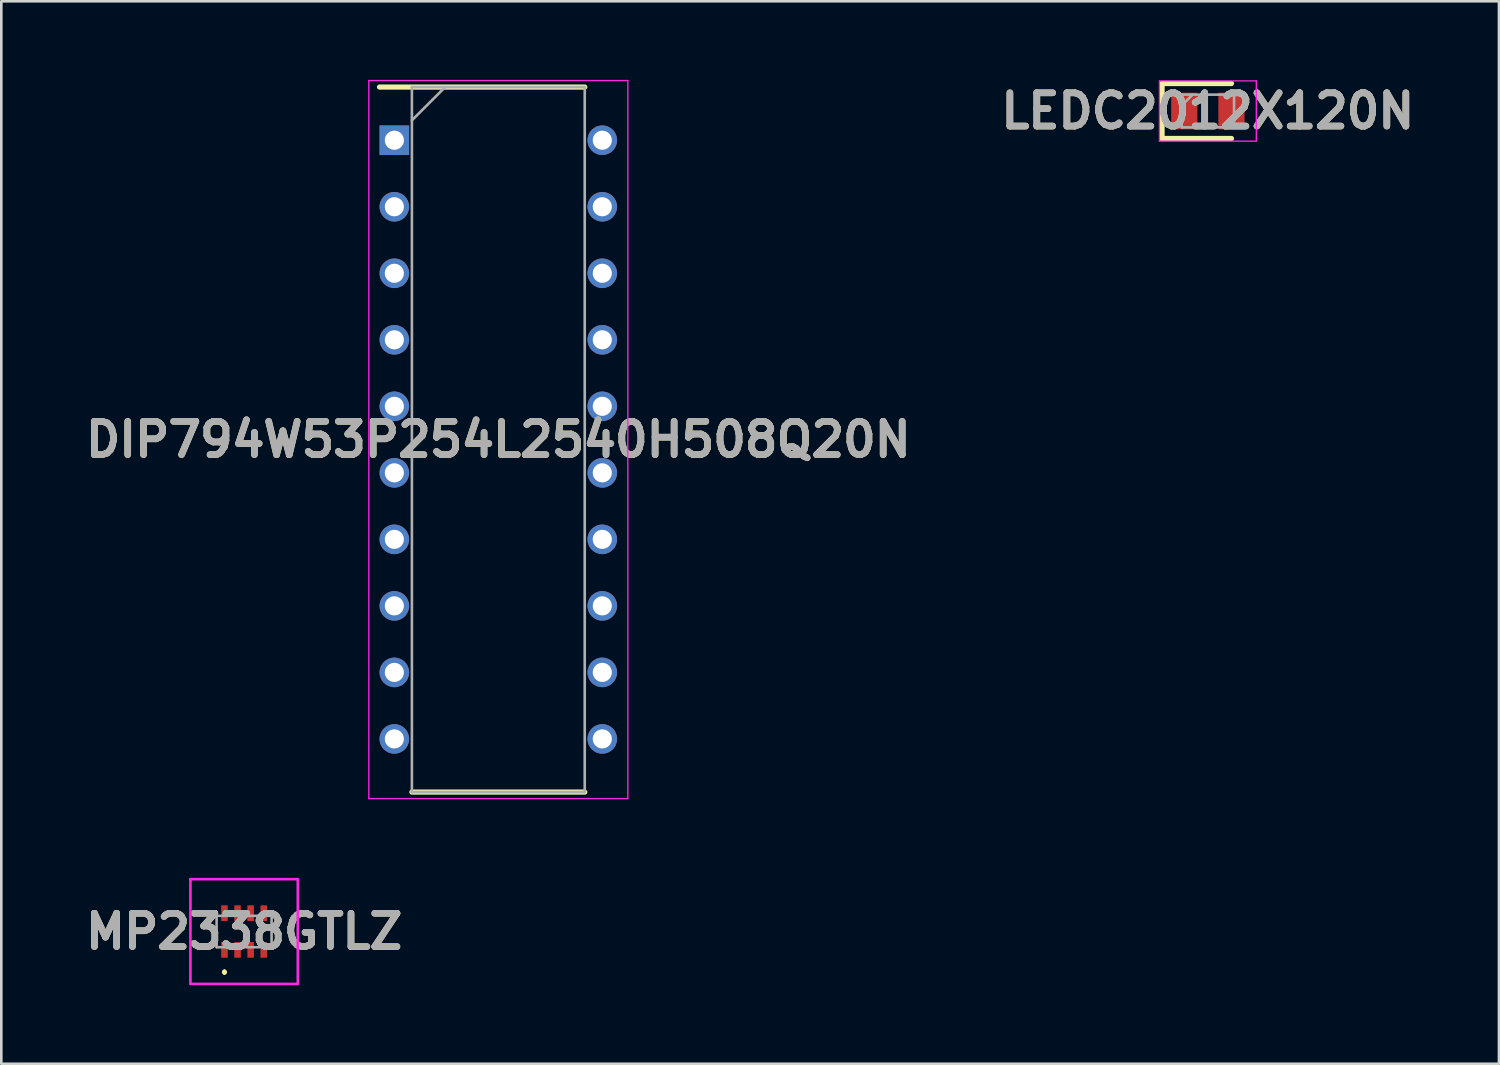
<source format=kicad_pcb>
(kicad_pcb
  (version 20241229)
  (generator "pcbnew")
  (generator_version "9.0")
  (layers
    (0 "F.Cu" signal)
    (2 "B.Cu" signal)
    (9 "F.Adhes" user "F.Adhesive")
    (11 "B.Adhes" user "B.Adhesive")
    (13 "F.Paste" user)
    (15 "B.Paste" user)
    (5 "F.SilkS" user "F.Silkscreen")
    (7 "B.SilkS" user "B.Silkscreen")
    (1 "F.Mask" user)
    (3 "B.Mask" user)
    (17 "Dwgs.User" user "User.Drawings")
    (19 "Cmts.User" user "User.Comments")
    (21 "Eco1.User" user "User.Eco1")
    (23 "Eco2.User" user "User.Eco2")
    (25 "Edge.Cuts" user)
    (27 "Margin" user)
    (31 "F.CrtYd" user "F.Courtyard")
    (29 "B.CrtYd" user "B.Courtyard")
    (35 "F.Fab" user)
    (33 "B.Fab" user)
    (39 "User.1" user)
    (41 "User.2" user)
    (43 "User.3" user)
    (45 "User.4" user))
  (footprint "LEDC2012X120N"
    (layer "F.Cu")
    (at 43.072 1.189)
    (property "Reference" "LEDC2012X120N" (at 0 0 0) (layer "F.SilkS") (effects (font (size 1.27 1.27) (thickness 0.254))))
    (attr smd)
    (fp_line (start -1.75 -1.05) (end -1.75 1.05) (stroke (width 0.2) (type solid)) (layer "F.SilkS"))
    (fp_line (start -1.75 1.05) (end 0.9 1.05) (stroke (width 0.2) (type solid)) (layer "F.SilkS"))
    (fp_line (start 0.9 -1.05) (end -1.75 -1.05) (stroke (width 0.2) (type solid)) (layer "F.SilkS"))
    (fp_line (start -1.85 -1.15) (end 1.85 -1.15) (stroke (width 0.05) (type solid)) (layer "F.CrtYd"))
    (fp_line (start -1.85 1.15) (end -1.85 -1.15) (stroke (width 0.05) (type solid)) (layer "F.CrtYd"))
    (fp_line (start 1.85 -1.15) (end 1.85 1.15) (stroke (width 0.05) (type solid)) (layer "F.CrtYd"))
    (fp_line (start 1.85 1.15) (end -1.85 1.15) (stroke (width 0.05) (type solid)) (layer "F.CrtYd"))
    (fp_line (start -1 -0.625) (end 1 -0.625) (stroke (width 0.1) (type solid)) (layer "F.Fab"))
    (fp_line (start -1 -0.208) (end -0.583 -0.625) (stroke (width 0.1) (type solid)) (layer "F.Fab"))
    (fp_line (start -1 0.625) (end -1 -0.625) (stroke (width 0.1) (type solid)) (layer "F.Fab"))
    (fp_line (start 1 -0.625) (end 1 0.625) (stroke (width 0.1) (type solid)) (layer "F.Fab"))
    (fp_line (start 1 0.625) (end -1 0.625) (stroke (width 0.1) (type solid)) (layer "F.Fab"))
    (fp_text user "${REFERENCE}" (at 0 0 0) (layer "F.Fab") (effects (font (size 1.27 1.27) (thickness 0.254))))
    (pad "1" smd rect (at -0.9 0) (size 1 1.4) (layers "F.Cu" "F.Mask" "F.Paste"))
    (pad "2" smd rect (at 0.9 0) (size 1 1.4) (layers "F.Cu" "F.Mask" "F.Paste")))
  (footprint "DIP794W53P254L2540H508Q20N"
    (layer "F.Cu")
    (at 15.978 13.735)
    (property "Reference" "DIP794W53P254L2540H508Q20N" (at 0 0 0) (layer "F.SilkS") (effects (font (size 1.27 1.27) (thickness 0.254))))
    (attr through_hole)
    (fp_line (start -4.535 -13.46) (end 3.3 -13.46) (stroke (width 0.2) (type solid)) (layer "F.SilkS"))
    (fp_line (start -3.3 13.46) (end 3.3 13.46) (stroke (width 0.2) (type solid)) (layer "F.SilkS"))
    (fp_line (start -4.945 -13.71) (end 4.945 -13.71) (stroke (width 0.05) (type solid)) (layer "F.CrtYd"))
    (fp_line (start -4.945 13.71) (end -4.945 -13.71) (stroke (width 0.05) (type solid)) (layer "F.CrtYd"))
    (fp_line (start 4.945 -13.71) (end 4.945 13.71) (stroke (width 0.05) (type solid)) (layer "F.CrtYd"))
    (fp_line (start 4.945 13.71) (end -4.945 13.71) (stroke (width 0.05) (type solid)) (layer "F.CrtYd"))
    (fp_line (start -3.3 -13.46) (end 3.3 -13.46) (stroke (width 0.1) (type solid)) (layer "F.Fab"))
    (fp_line (start -3.3 -12.19) (end -2.03 -13.46) (stroke (width 0.1) (type solid)) (layer "F.Fab"))
    (fp_line (start -3.3 13.46) (end -3.3 -13.46) (stroke (width 0.1) (type solid)) (layer "F.Fab"))
    (fp_line (start 3.3 -13.46) (end 3.3 13.46) (stroke (width 0.1) (type solid)) (layer "F.Fab"))
    (fp_line (start 3.3 13.46) (end -3.3 13.46) (stroke (width 0.1) (type solid)) (layer "F.Fab"))
    (fp_text user "${REFERENCE}" (at 0 0 0) (layer "F.Fab") (effects (font (size 1.27 1.27) (thickness 0.254))))
    (pad "1" thru_hole rect (at -3.97 -11.43) (size 1.13 1.13) (drill 0.73) (layers "*.Cu" "*.Mask"))
    (pad "2" thru_hole circle (at -3.97 -8.89) (size 1.13 1.13) (drill 0.73) (layers "*.Cu" "*.Mask"))
    (pad "3" thru_hole circle (at -3.97 -6.35) (size 1.13 1.13) (drill 0.73) (layers "*.Cu" "*.Mask"))
    (pad "4" thru_hole circle (at -3.97 -3.81) (size 1.13 1.13) (drill 0.73) (layers "*.Cu" "*.Mask"))
    (pad "5" thru_hole circle (at -3.97 -1.27) (size 1.13 1.13) (drill 0.73) (layers "*.Cu" "*.Mask"))
    (pad "6" thru_hole circle (at -3.97 1.27) (size 1.13 1.13) (drill 0.73) (layers "*.Cu" "*.Mask"))
    (pad "7" thru_hole circle (at -3.97 3.81) (size 1.13 1.13) (drill 0.73) (layers "*.Cu" "*.Mask"))
    (pad "8" thru_hole circle (at -3.97 6.35) (size 1.13 1.13) (drill 0.73) (layers "*.Cu" "*.Mask"))
    (pad "9" thru_hole circle (at -3.97 8.89) (size 1.13 1.13) (drill 0.73) (layers "*.Cu" "*.Mask"))
    (pad "10" thru_hole circle (at -3.97 11.43) (size 1.13 1.13) (drill 0.73) (layers "*.Cu" "*.Mask"))
    (pad "11" thru_hole circle (at 3.97 11.43) (size 1.13 1.13) (drill 0.73) (layers "*.Cu" "*.Mask"))
    (pad "12" thru_hole circle (at 3.97 8.89) (size 1.13 1.13) (drill 0.73) (layers "*.Cu" "*.Mask"))
    (pad "13" thru_hole circle (at 3.97 6.35) (size 1.13 1.13) (drill 0.73) (layers "*.Cu" "*.Mask"))
    (pad "14" thru_hole circle (at 3.97 3.81) (size 1.13 1.13) (drill 0.73) (layers "*.Cu" "*.Mask"))
    (pad "15" thru_hole circle (at 3.97 1.27) (size 1.13 1.13) (drill 0.73) (layers "*.Cu" "*.Mask"))
    (pad "16" thru_hole circle (at 3.97 -1.27) (size 1.13 1.13) (drill 0.73) (layers "*.Cu" "*.Mask"))
    (pad "17" thru_hole circle (at 3.97 -3.81) (size 1.13 1.13) (drill 0.73) (layers "*.Cu" "*.Mask"))
    (pad "18" thru_hole circle (at 3.97 -6.35) (size 1.13 1.13) (drill 0.73) (layers "*.Cu" "*.Mask"))
    (pad "19" thru_hole circle (at 3.97 -8.89) (size 1.13 1.13) (drill 0.73) (layers "*.Cu" "*.Mask"))
    (pad "20" thru_hole circle (at 3.97 -11.43) (size 1.13 1.13) (drill 0.73) (layers "*.Cu" "*.Mask")))
  (footprint "MP2338GTLZ"
    (layer "F.Cu")
    (at 6.271 32.52)
    (property "Reference" "MP2338GTLZ" (at 0 0 0) (layer "F.SilkS") (effects (font (size 1.27 1.27) (thickness 0.254))))
    (attr smd)
    (fp_line (start -0.75 1.5) (end -0.75 1.5) (stroke (width 0.1) (type solid)) (layer "F.SilkS"))
    (fp_line (start -0.75 1.6) (end -0.75 1.6) (stroke (width 0.1) (type solid)) (layer "F.SilkS"))
    (fp_arc (start -0.75 1.5) (mid -0.7 1.55) (end -0.75 1.6) (stroke (width 0.1) (type solid)) (layer "F.SilkS"))
    (fp_arc (start -0.75 1.6) (mid -0.8 1.55) (end -0.75 1.5) (stroke (width 0.1) (type solid)) (layer "F.SilkS"))
    (fp_line (start -2.05 -2) (end 2.05 -2) (stroke (width 0.1) (type solid)) (layer "F.CrtYd"))
    (fp_line (start -2.05 2) (end -2.05 -2) (stroke (width 0.1) (type solid)) (layer "F.CrtYd"))
    (fp_line (start 2.05 -2) (end 2.05 2) (stroke (width 0.1) (type solid)) (layer "F.CrtYd"))
    (fp_line (start 2.05 2) (end -2.05 2) (stroke (width 0.1) (type solid)) (layer "F.CrtYd"))
    (fp_line (start -1.05 -0.6) (end -1.05 0.6) (stroke (width 0.1) (type solid)) (layer "F.Fab"))
    (fp_line (start -1.05 0.6) (end 1.05 0.6) (stroke (width 0.1) (type solid)) (layer "F.Fab"))
    (fp_line (start 1.05 -0.6) (end -1.05 -0.6) (stroke (width 0.1) (type solid)) (layer "F.Fab"))
    (fp_line (start 1.05 0.6) (end 1.05 -0.6) (stroke (width 0.1) (type solid)) (layer "F.Fab"))
    (fp_text user "${REFERENCE}" (at 0 0 0) (layer "F.Fab") (effects (font (size 1.27 1.27) (thickness 0.254))))
    (pad "1" smd rect (at -0.75 0.7) (size 0.25 0.6) (layers "F.Cu" "F.Mask" "F.Paste"))
    (pad "2" smd rect (at -0.25 0.7) (size 0.25 0.6) (layers "F.Cu" "F.Mask" "F.Paste"))
    (pad "3" smd rect (at 0.25 0.7) (size 0.25 0.6) (layers "F.Cu" "F.Mask" "F.Paste"))
    (pad "4" smd rect (at 0.75 0.7) (size 0.25 0.6) (layers "F.Cu" "F.Mask" "F.Paste"))
    (pad "5" smd rect (at 0.75 -0.7) (size 0.25 0.6) (layers "F.Cu" "F.Mask" "F.Paste"))
    (pad "6" smd rect (at 0.25 -0.7) (size 0.25 0.6) (layers "F.Cu" "F.Mask" "F.Paste"))
    (pad "7" smd rect (at -0.25 -0.7) (size 0.25 0.6) (layers "F.Cu" "F.Mask" "F.Paste"))
    (pad "8" smd rect (at -0.75 -0.7) (size 0.25 0.6) (layers "F.Cu" "F.Mask" "F.Paste")))
  (gr_rect
    (start -3 -3)
    (end 54.187 37.57)
    (stroke (width 0.1) (type default))
    (fill no)
    (layer "Edge.Cuts")))
</source>
